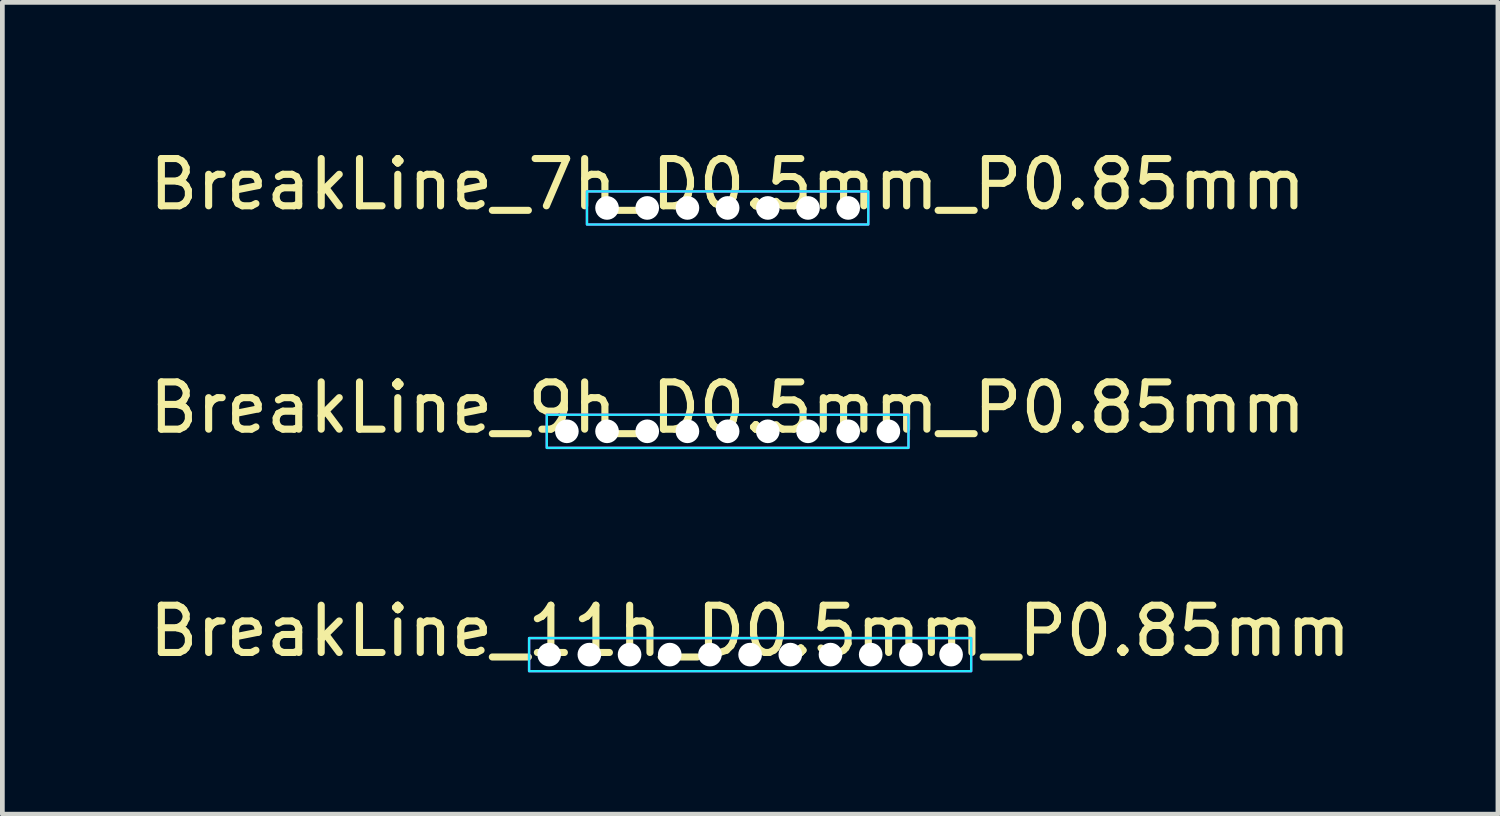
<source format=kicad_pcb>
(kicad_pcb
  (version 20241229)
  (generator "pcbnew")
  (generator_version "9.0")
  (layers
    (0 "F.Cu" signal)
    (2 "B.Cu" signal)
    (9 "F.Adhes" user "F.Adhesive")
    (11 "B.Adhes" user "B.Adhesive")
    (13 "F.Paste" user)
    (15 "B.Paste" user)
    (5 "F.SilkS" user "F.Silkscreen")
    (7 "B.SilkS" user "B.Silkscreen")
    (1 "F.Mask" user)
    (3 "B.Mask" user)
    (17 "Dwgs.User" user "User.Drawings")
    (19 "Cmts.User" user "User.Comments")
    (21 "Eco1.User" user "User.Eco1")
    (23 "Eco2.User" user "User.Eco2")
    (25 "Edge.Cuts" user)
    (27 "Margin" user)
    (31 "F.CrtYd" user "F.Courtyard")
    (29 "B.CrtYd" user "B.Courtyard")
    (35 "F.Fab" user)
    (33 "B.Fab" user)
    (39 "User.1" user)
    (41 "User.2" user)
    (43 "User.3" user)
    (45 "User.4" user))
  (footprint "BreakLine_11h_D0.5mm_P0.85mm"
    (layer "F.Cu")
    (at 12.815 10.795)
    (property "Reference" "BreakLine_11h_D0.5mm_P0.85mm" (at 0 -0.5 0) (layer "F.SilkS") (effects (font (size 1 1) (thickness 0.15))))
    (attr board_only exclude_from_pos_files exclude_from_bom dnp)
    (fp_rect (start -4.675 -0.35) (end 4.675 0.35) (stroke (width 0.05) (type solid)) (fill no) (layer "B.CrtYd"))
    (fp_rect (start -4.675 -0.35) (end 4.675 0.35) (stroke (width 0.05) (type solid)) (fill no) (layer "F.CrtYd"))
    (pad "" np_thru_hole circle (at -4.25 0) (size 0.5 0.5) (drill 0.5) (layers "*.Cu" "*.Mask"))
    (pad "" np_thru_hole circle (at -3.4 0) (size 0.5 0.5) (drill 0.5) (layers "*.Cu" "*.Mask"))
    (pad "" np_thru_hole circle (at -2.55 0) (size 0.5 0.5) (drill 0.5) (layers "*.Cu" "*.Mask"))
    (pad "" np_thru_hole circle (at -1.7 0) (size 0.5 0.5) (drill 0.5) (layers "*.Cu" "*.Mask"))
    (pad "" np_thru_hole circle (at -0.85 0) (size 0.5 0.5) (drill 0.5) (layers "*.Cu" "*.Mask"))
    (pad "" np_thru_hole circle (at 0 0) (size 0.5 0.5) (drill 0.5) (layers "*.Cu" "*.Mask"))
    (pad "" np_thru_hole circle (at 0.85 0) (size 0.5 0.5) (drill 0.5) (layers "*.Cu" "*.Mask"))
    (pad "" np_thru_hole circle (at 1.7 0) (size 0.5 0.5) (drill 0.5) (layers "*.Cu" "*.Mask"))
    (pad "" np_thru_hole circle (at 2.55 0) (size 0.5 0.5) (drill 0.5) (layers "*.Cu" "*.Mask"))
    (pad "" np_thru_hole circle (at 3.4 0) (size 0.5 0.5) (drill 0.5) (layers "*.Cu" "*.Mask"))
    (pad "" np_thru_hole circle (at 4.25 0) (size 0.5 0.5) (drill 0.5) (layers "*.Cu" "*.Mask")))
  (footprint "BreakLine_9h_D0.5mm_P0.85mm"
    (layer "F.Cu")
    (at 12.339 6.072)
    (property "Reference" "BreakLine_9h_D0.5mm_P0.85mm" (at 0 -0.5 0) (layer "F.SilkS") (effects (font (size 1 1) (thickness 0.15))))
    (attr board_only exclude_from_pos_files exclude_from_bom dnp)
    (fp_rect (start -3.825 -0.35) (end 3.825 0.35) (stroke (width 0.05) (type solid)) (fill no) (layer "B.CrtYd"))
    (fp_rect (start -3.825 -0.35) (end 3.825 0.35) (stroke (width 0.05) (type solid)) (fill no) (layer "F.CrtYd"))
    (pad "" np_thru_hole circle (at -3.4 0) (size 0.5 0.5) (drill 0.5) (layers "*.Cu" "*.Mask"))
    (pad "" np_thru_hole circle (at -2.55 0) (size 0.5 0.5) (drill 0.5) (layers "*.Cu" "*.Mask"))
    (pad "" np_thru_hole circle (at -1.7 0) (size 0.5 0.5) (drill 0.5) (layers "*.Cu" "*.Mask"))
    (pad "" np_thru_hole circle (at -0.85 0) (size 0.5 0.5) (drill 0.5) (layers "*.Cu" "*.Mask"))
    (pad "" np_thru_hole circle (at 0 0) (size 0.5 0.5) (drill 0.5) (layers "*.Cu" "*.Mask"))
    (pad "" np_thru_hole circle (at 0.85 0) (size 0.5 0.5) (drill 0.5) (layers "*.Cu" "*.Mask"))
    (pad "" np_thru_hole circle (at 1.7 0) (size 0.5 0.5) (drill 0.5) (layers "*.Cu" "*.Mask"))
    (pad "" np_thru_hole circle (at 2.55 0) (size 0.5 0.5) (drill 0.5) (layers "*.Cu" "*.Mask"))
    (pad "" np_thru_hole circle (at 3.4 0) (size 0.5 0.5) (drill 0.5) (layers "*.Cu" "*.Mask")))
  (footprint "BreakLine_7h_D0.5mm_P0.85mm"
    (layer "F.Cu")
    (at 12.339 1.348)
    (property "Reference" "BreakLine_7h_D0.5mm_P0.85mm" (at 0 -0.5 0) (layer "F.SilkS") (effects (font (size 1 1) (thickness 0.15))))
    (attr board_only exclude_from_pos_files exclude_from_bom dnp)
    (fp_rect (start -2.975 -0.35) (end 2.975 0.35) (stroke (width 0.05) (type solid)) (fill no) (layer "B.CrtYd"))
    (fp_rect (start -2.975 -0.35) (end 2.975 0.35) (stroke (width 0.05) (type solid)) (fill no) (layer "F.CrtYd"))
    (pad "" np_thru_hole circle (at -2.55 0) (size 0.5 0.5) (drill 0.5) (layers "*.Cu" "*.Mask"))
    (pad "" np_thru_hole circle (at -1.7 0) (size 0.5 0.5) (drill 0.5) (layers "*.Cu" "*.Mask"))
    (pad "" np_thru_hole circle (at -0.85 0) (size 0.5 0.5) (drill 0.5) (layers "*.Cu" "*.Mask"))
    (pad "" np_thru_hole circle (at 0 0) (size 0.5 0.5) (drill 0.5) (layers "*.Cu" "*.Mask"))
    (pad "" np_thru_hole circle (at 0.85 0) (size 0.5 0.5) (drill 0.5) (layers "*.Cu" "*.Mask"))
    (pad "" np_thru_hole circle (at 1.7 0) (size 0.5 0.5) (drill 0.5) (layers "*.Cu" "*.Mask"))
    (pad "" np_thru_hole circle (at 2.55 0) (size 0.5 0.5) (drill 0.5) (layers "*.Cu" "*.Mask")))
  (gr_rect
    (start -3 -3)
    (end 28.631 14.17)
    (stroke (width 0.1) (type default))
    (fill no)
    (layer "Edge.Cuts")))
</source>
